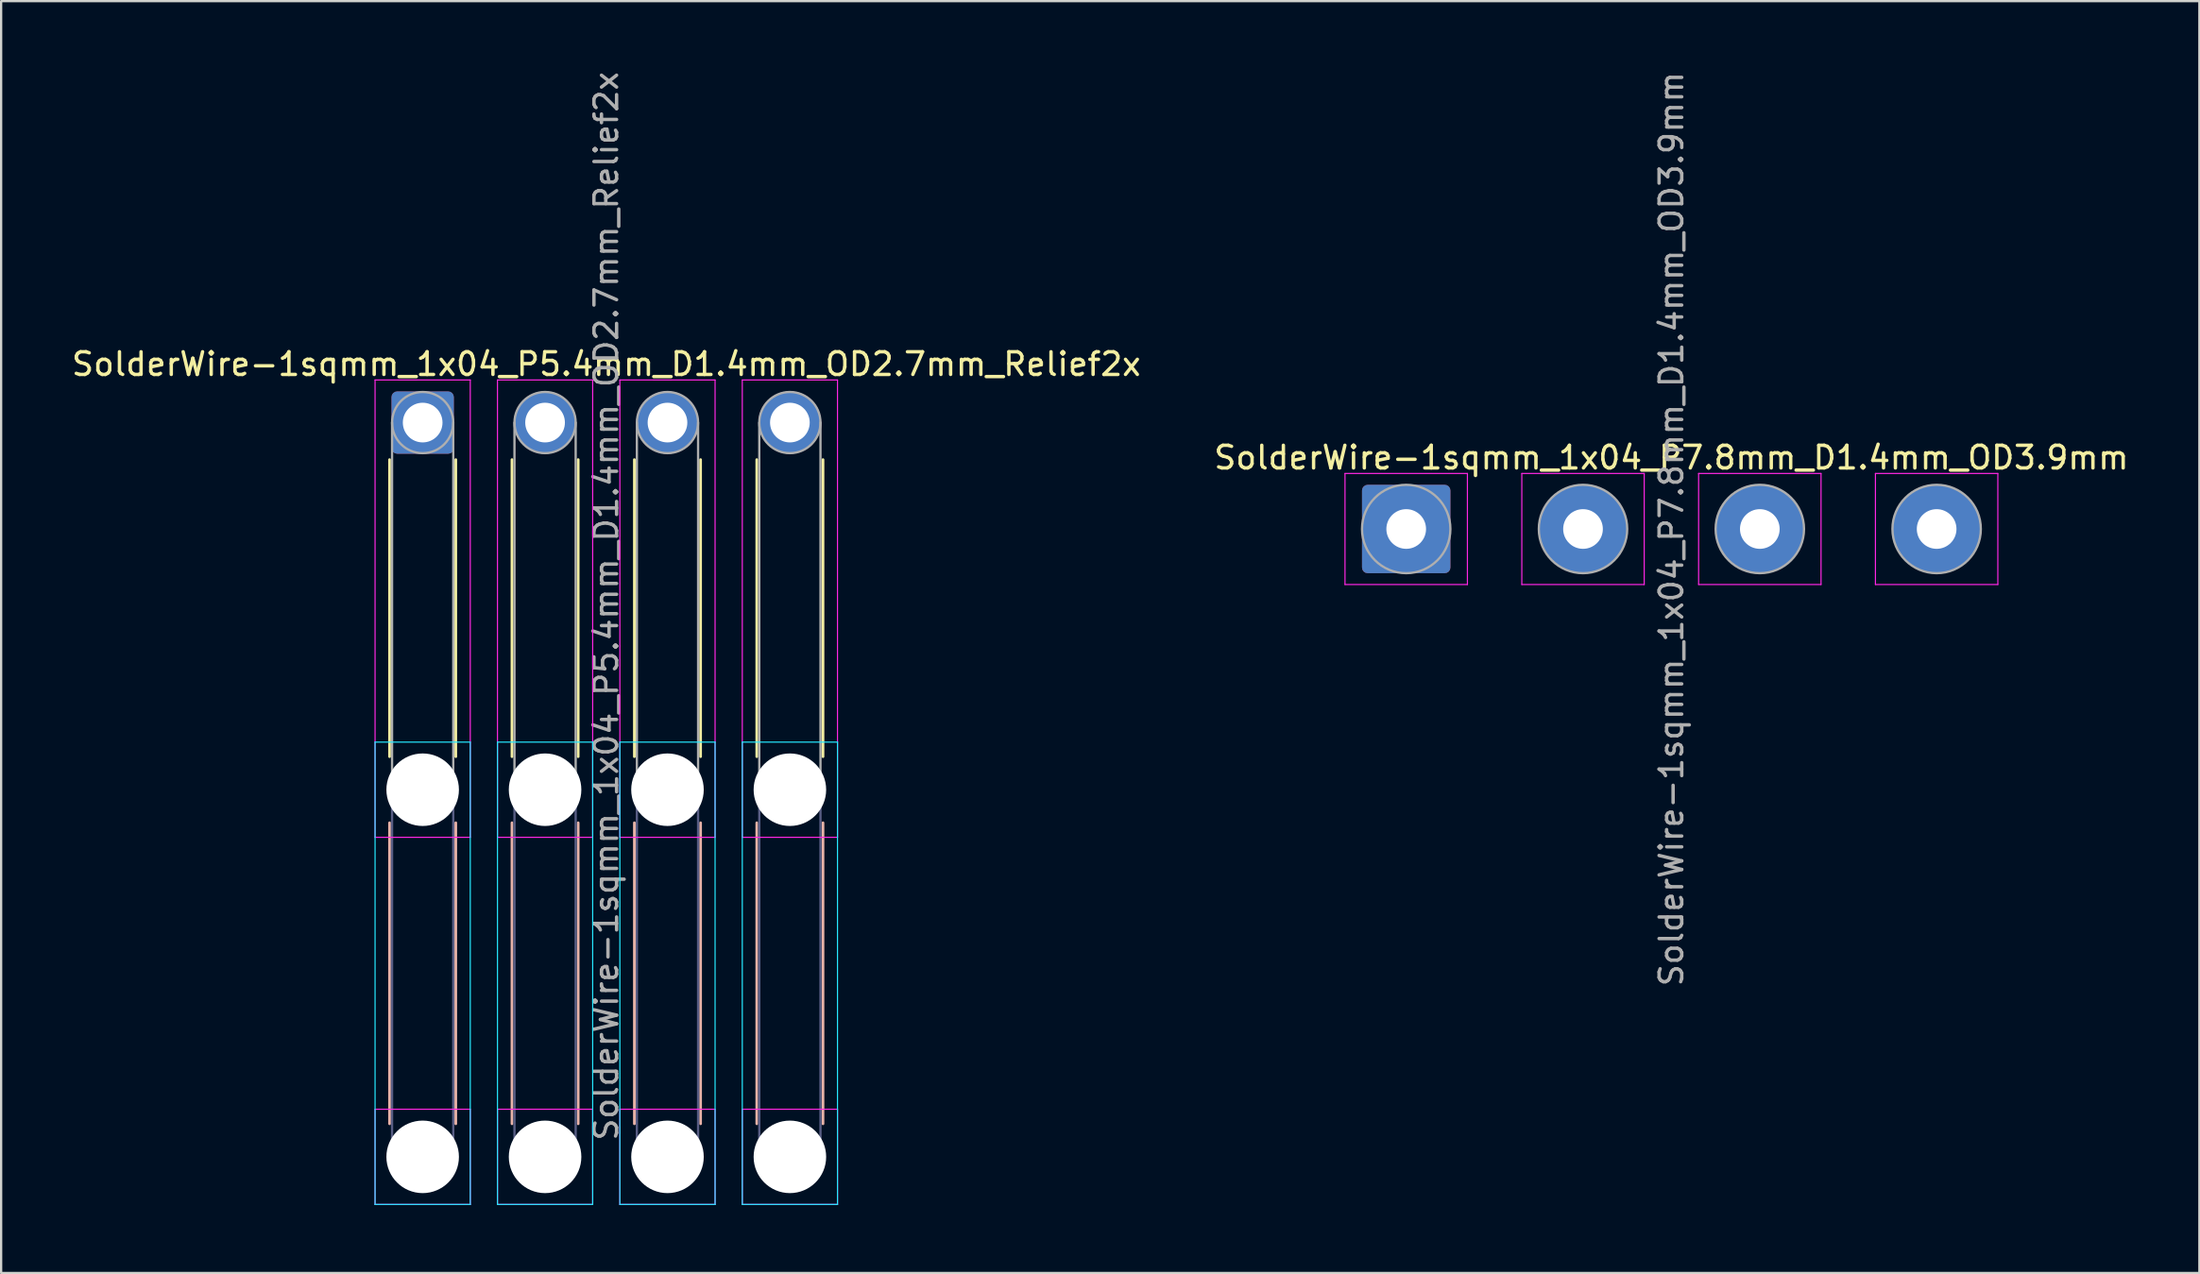
<source format=kicad_pcb>
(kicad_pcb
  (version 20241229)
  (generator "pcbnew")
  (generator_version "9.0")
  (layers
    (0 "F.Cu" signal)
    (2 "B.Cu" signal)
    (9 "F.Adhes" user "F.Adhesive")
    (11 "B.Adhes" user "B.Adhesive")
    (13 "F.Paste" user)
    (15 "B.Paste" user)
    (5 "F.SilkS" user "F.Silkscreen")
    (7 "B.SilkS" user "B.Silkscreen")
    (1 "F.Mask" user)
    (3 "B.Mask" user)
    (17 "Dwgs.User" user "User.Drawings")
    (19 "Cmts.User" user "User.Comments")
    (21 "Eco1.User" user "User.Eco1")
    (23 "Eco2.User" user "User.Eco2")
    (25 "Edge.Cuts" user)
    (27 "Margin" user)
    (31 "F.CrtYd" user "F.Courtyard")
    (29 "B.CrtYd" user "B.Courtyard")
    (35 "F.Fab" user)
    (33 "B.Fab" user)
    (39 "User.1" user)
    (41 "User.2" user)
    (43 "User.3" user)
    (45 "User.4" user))
  (footprint "SolderWire-1sqmm_1x04_P5.4mm_D1.4mm_OD2.7mm_Relief2x"
    (layer "F.Cu")
    (at 15.596 15.596)
    (property "Reference" "SolderWire-1sqmm_1x04_P5.4mm_D1.4mm_OD2.7mm_Relief2x" (at 8.1 -2.58 0) (layer "F.SilkS") (effects (font (size 1 1) (thickness 0.15))))
    (attr exclude_from_pos_files exclude_from_bom)
    (fp_line (start -1.46 1.635) (end -1.46 14.74) (stroke (width 0.12) (type solid)) (layer "F.SilkS"))
    (fp_line (start 1.46 1.635) (end 1.46 14.74) (stroke (width 0.12) (type solid)) (layer "F.SilkS"))
    (fp_line (start 3.94 1.635) (end 3.94 14.74) (stroke (width 0.12) (type solid)) (layer "F.SilkS"))
    (fp_line (start 6.86 1.635) (end 6.86 14.74) (stroke (width 0.12) (type solid)) (layer "F.SilkS"))
    (fp_line (start 9.34 1.635) (end 9.34 14.74) (stroke (width 0.12) (type solid)) (layer "F.SilkS"))
    (fp_line (start 12.26 1.635) (end 12.26 14.74) (stroke (width 0.12) (type solid)) (layer "F.SilkS"))
    (fp_line (start 14.74 1.635) (end 14.74 14.74) (stroke (width 0.12) (type solid)) (layer "F.SilkS"))
    (fp_line (start 17.66 1.635) (end 17.66 14.74) (stroke (width 0.12) (type solid)) (layer "F.SilkS"))
    (fp_line (start -1.46 17.66) (end -1.46 30.94) (stroke (width 0.12) (type solid)) (layer "B.SilkS"))
    (fp_line (start 1.46 17.66) (end 1.46 30.94) (stroke (width 0.12) (type solid)) (layer "B.SilkS"))
    (fp_line (start 3.94 17.66) (end 3.94 30.94) (stroke (width 0.12) (type solid)) (layer "B.SilkS"))
    (fp_line (start 6.86 17.66) (end 6.86 30.94) (stroke (width 0.12) (type solid)) (layer "B.SilkS"))
    (fp_line (start 9.34 17.66) (end 9.34 30.94) (stroke (width 0.12) (type solid)) (layer "B.SilkS"))
    (fp_line (start 12.26 17.66) (end 12.26 30.94) (stroke (width 0.12) (type solid)) (layer "B.SilkS"))
    (fp_line (start 14.74 17.66) (end 14.74 30.94) (stroke (width 0.12) (type solid)) (layer "B.SilkS"))
    (fp_line (start 17.66 17.66) (end 17.66 30.94) (stroke (width 0.12) (type solid)) (layer "B.SilkS"))
    (fp_line (start -2.1 14.1) (end -2.1 34.5) (stroke (width 0.05) (type solid)) (layer "B.CrtYd"))
    (fp_line (start -2.1 34.5) (end 2.1 34.5) (stroke (width 0.05) (type solid)) (layer "B.CrtYd"))
    (fp_line (start 2.1 14.1) (end -2.1 14.1) (stroke (width 0.05) (type solid)) (layer "B.CrtYd"))
    (fp_line (start 2.1 34.5) (end 2.1 14.1) (stroke (width 0.05) (type solid)) (layer "B.CrtYd"))
    (fp_line (start 3.3 14.1) (end 3.3 34.5) (stroke (width 0.05) (type solid)) (layer "B.CrtYd"))
    (fp_line (start 3.3 34.5) (end 7.5 34.5) (stroke (width 0.05) (type solid)) (layer "B.CrtYd"))
    (fp_line (start 7.5 14.1) (end 3.3 14.1) (stroke (width 0.05) (type solid)) (layer "B.CrtYd"))
    (fp_line (start 7.5 34.5) (end 7.5 14.1) (stroke (width 0.05) (type solid)) (layer "B.CrtYd"))
    (fp_line (start 8.7 14.1) (end 8.7 34.5) (stroke (width 0.05) (type solid)) (layer "B.CrtYd"))
    (fp_line (start 8.7 34.5) (end 12.9 34.5) (stroke (width 0.05) (type solid)) (layer "B.CrtYd"))
    (fp_line (start 12.9 14.1) (end 8.7 14.1) (stroke (width 0.05) (type solid)) (layer "B.CrtYd"))
    (fp_line (start 12.9 34.5) (end 12.9 14.1) (stroke (width 0.05) (type solid)) (layer "B.CrtYd"))
    (fp_line (start 14.1 14.1) (end 14.1 34.5) (stroke (width 0.05) (type solid)) (layer "B.CrtYd"))
    (fp_line (start 14.1 34.5) (end 18.3 34.5) (stroke (width 0.05) (type solid)) (layer "B.CrtYd"))
    (fp_line (start 18.3 14.1) (end 14.1 14.1) (stroke (width 0.05) (type solid)) (layer "B.CrtYd"))
    (fp_line (start 18.3 34.5) (end 18.3 14.1) (stroke (width 0.05) (type solid)) (layer "B.CrtYd"))
    (fp_line (start -2.1 -1.88) (end -2.1 18.3) (stroke (width 0.05) (type solid)) (layer "F.CrtYd"))
    (fp_line (start -2.1 18.3) (end 2.1 18.3) (stroke (width 0.05) (type solid)) (layer "F.CrtYd"))
    (fp_line (start -2.1 30.3) (end -2.1 34.5) (stroke (width 0.05) (type solid)) (layer "F.CrtYd"))
    (fp_line (start -2.1 34.5) (end 2.1 34.5) (stroke (width 0.05) (type solid)) (layer "F.CrtYd"))
    (fp_line (start 2.1 -1.88) (end -2.1 -1.88) (stroke (width 0.05) (type solid)) (layer "F.CrtYd"))
    (fp_line (start 2.1 18.3) (end 2.1 -1.88) (stroke (width 0.05) (type solid)) (layer "F.CrtYd"))
    (fp_line (start 2.1 30.3) (end -2.1 30.3) (stroke (width 0.05) (type solid)) (layer "F.CrtYd"))
    (fp_line (start 2.1 34.5) (end 2.1 30.3) (stroke (width 0.05) (type solid)) (layer "F.CrtYd"))
    (fp_line (start 3.3 -1.88) (end 3.3 18.3) (stroke (width 0.05) (type solid)) (layer "F.CrtYd"))
    (fp_line (start 3.3 18.3) (end 7.5 18.3) (stroke (width 0.05) (type solid)) (layer "F.CrtYd"))
    (fp_line (start 3.3 30.3) (end 3.3 34.5) (stroke (width 0.05) (type solid)) (layer "F.CrtYd"))
    (fp_line (start 3.3 34.5) (end 7.5 34.5) (stroke (width 0.05) (type solid)) (layer "F.CrtYd"))
    (fp_line (start 7.5 -1.88) (end 3.3 -1.88) (stroke (width 0.05) (type solid)) (layer "F.CrtYd"))
    (fp_line (start 7.5 18.3) (end 7.5 -1.88) (stroke (width 0.05) (type solid)) (layer "F.CrtYd"))
    (fp_line (start 7.5 30.3) (end 3.3 30.3) (stroke (width 0.05) (type solid)) (layer "F.CrtYd"))
    (fp_line (start 7.5 34.5) (end 7.5 30.3) (stroke (width 0.05) (type solid)) (layer "F.CrtYd"))
    (fp_line (start 8.7 -1.88) (end 8.7 18.3) (stroke (width 0.05) (type solid)) (layer "F.CrtYd"))
    (fp_line (start 8.7 18.3) (end 12.9 18.3) (stroke (width 0.05) (type solid)) (layer "F.CrtYd"))
    (fp_line (start 8.7 30.3) (end 8.7 34.5) (stroke (width 0.05) (type solid)) (layer "F.CrtYd"))
    (fp_line (start 8.7 34.5) (end 12.9 34.5) (stroke (width 0.05) (type solid)) (layer "F.CrtYd"))
    (fp_line (start 12.9 -1.88) (end 8.7 -1.88) (stroke (width 0.05) (type solid)) (layer "F.CrtYd"))
    (fp_line (start 12.9 18.3) (end 12.9 -1.88) (stroke (width 0.05) (type solid)) (layer "F.CrtYd"))
    (fp_line (start 12.9 30.3) (end 8.7 30.3) (stroke (width 0.05) (type solid)) (layer "F.CrtYd"))
    (fp_line (start 12.9 34.5) (end 12.9 30.3) (stroke (width 0.05) (type solid)) (layer "F.CrtYd"))
    (fp_line (start 14.1 -1.88) (end 14.1 18.3) (stroke (width 0.05) (type solid)) (layer "F.CrtYd"))
    (fp_line (start 14.1 18.3) (end 18.3 18.3) (stroke (width 0.05) (type solid)) (layer "F.CrtYd"))
    (fp_line (start 14.1 30.3) (end 14.1 34.5) (stroke (width 0.05) (type solid)) (layer "F.CrtYd"))
    (fp_line (start 14.1 34.5) (end 18.3 34.5) (stroke (width 0.05) (type solid)) (layer "F.CrtYd"))
    (fp_line (start 18.3 -1.88) (end 14.1 -1.88) (stroke (width 0.05) (type solid)) (layer "F.CrtYd"))
    (fp_line (start 18.3 18.3) (end 18.3 -1.88) (stroke (width 0.05) (type solid)) (layer "F.CrtYd"))
    (fp_line (start 18.3 30.3) (end 14.1 30.3) (stroke (width 0.05) (type solid)) (layer "F.CrtYd"))
    (fp_line (start 18.3 34.5) (end 18.3 30.3) (stroke (width 0.05) (type solid)) (layer "F.CrtYd"))
    (fp_line (start -1.35 16.2) (end -1.35 32.4) (stroke (width 0.1) (type solid)) (layer "B.Fab"))
    (fp_line (start 1.35 16.2) (end 1.35 32.4) (stroke (width 0.1) (type solid)) (layer "B.Fab"))
    (fp_line (start 4.05 16.2) (end 4.05 32.4) (stroke (width 0.1) (type solid)) (layer "B.Fab"))
    (fp_line (start 6.75 16.2) (end 6.75 32.4) (stroke (width 0.1) (type solid)) (layer "B.Fab"))
    (fp_line (start 9.45 16.2) (end 9.45 32.4) (stroke (width 0.1) (type solid)) (layer "B.Fab"))
    (fp_line (start 12.15 16.2) (end 12.15 32.4) (stroke (width 0.1) (type solid)) (layer "B.Fab"))
    (fp_line (start 14.85 16.2) (end 14.85 32.4) (stroke (width 0.1) (type solid)) (layer "B.Fab"))
    (fp_line (start 17.55 16.2) (end 17.55 32.4) (stroke (width 0.1) (type solid)) (layer "B.Fab"))
    (fp_circle (center 0 16.2) (end 1.35 16.2) (stroke (width 0.1) (type solid)) (fill no) (layer "B.Fab"))
    (fp_circle (center 0 32.4) (end 1.35 32.4) (stroke (width 0.1) (type solid)) (fill no) (layer "B.Fab"))
    (fp_circle (center 5.4 16.2) (end 6.75 16.2) (stroke (width 0.1) (type solid)) (fill no) (layer "B.Fab"))
    (fp_circle (center 5.4 32.4) (end 6.75 32.4) (stroke (width 0.1) (type solid)) (fill no) (layer "B.Fab"))
    (fp_circle (center 10.8 16.2) (end 12.15 16.2) (stroke (width 0.1) (type solid)) (fill no) (layer "B.Fab"))
    (fp_circle (center 10.8 32.4) (end 12.15 32.4) (stroke (width 0.1) (type solid)) (fill no) (layer "B.Fab"))
    (fp_circle (center 16.2 16.2) (end 17.55 16.2) (stroke (width 0.1) (type solid)) (fill no) (layer "B.Fab"))
    (fp_circle (center 16.2 32.4) (end 17.55 32.4) (stroke (width 0.1) (type solid)) (fill no) (layer "B.Fab"))
    (fp_line (start -1.35 0) (end -1.35 16.2) (stroke (width 0.1) (type solid)) (layer "F.Fab"))
    (fp_line (start 1.35 0) (end 1.35 16.2) (stroke (width 0.1) (type solid)) (layer "F.Fab"))
    (fp_line (start 4.05 0) (end 4.05 16.2) (stroke (width 0.1) (type solid)) (layer "F.Fab"))
    (fp_line (start 6.75 0) (end 6.75 16.2) (stroke (width 0.1) (type solid)) (layer "F.Fab"))
    (fp_line (start 9.45 0) (end 9.45 16.2) (stroke (width 0.1) (type solid)) (layer "F.Fab"))
    (fp_line (start 12.15 0) (end 12.15 16.2) (stroke (width 0.1) (type solid)) (layer "F.Fab"))
    (fp_line (start 14.85 0) (end 14.85 16.2) (stroke (width 0.1) (type solid)) (layer "F.Fab"))
    (fp_line (start 17.55 0) (end 17.55 16.2) (stroke (width 0.1) (type solid)) (layer "F.Fab"))
    (fp_circle (center 0 0) (end 1.35 0) (stroke (width 0.1) (type solid)) (fill no) (layer "F.Fab"))
    (fp_circle (center 0 16.2) (end 1.35 16.2) (stroke (width 0.1) (type solid)) (fill no) (layer "F.Fab"))
    (fp_circle (center 0 32.4) (end 1.35 32.4) (stroke (width 0.1) (type solid)) (fill no) (layer "F.Fab"))
    (fp_circle (center 5.4 0) (end 6.75 0) (stroke (width 0.1) (type solid)) (fill no) (layer "F.Fab"))
    (fp_circle (center 5.4 16.2) (end 6.75 16.2) (stroke (width 0.1) (type solid)) (fill no) (layer "F.Fab"))
    (fp_circle (center 5.4 32.4) (end 6.75 32.4) (stroke (width 0.1) (type solid)) (fill no) (layer "F.Fab"))
    (fp_circle (center 10.8 0) (end 12.15 0) (stroke (width 0.1) (type solid)) (fill no) (layer "F.Fab"))
    (fp_circle (center 10.8 16.2) (end 12.15 16.2) (stroke (width 0.1) (type solid)) (fill no) (layer "F.Fab"))
    (fp_circle (center 10.8 32.4) (end 12.15 32.4) (stroke (width 0.1) (type solid)) (fill no) (layer "F.Fab"))
    (fp_circle (center 16.2 0) (end 17.55 0) (stroke (width 0.1) (type solid)) (fill no) (layer "F.Fab"))
    (fp_circle (center 16.2 16.2) (end 17.55 16.2) (stroke (width 0.1) (type solid)) (fill no) (layer "F.Fab"))
    (fp_circle (center 16.2 32.4) (end 17.55 32.4) (stroke (width 0.1) (type solid)) (fill no) (layer "F.Fab"))
    (fp_text user "${REFERENCE}" (at 8.1 8.1 90) (layer "F.Fab") (effects (font (size 1 1) (thickness 0.15))))
    (pad "" np_thru_hole circle (at 0 16.2) (size 3.2 3.2) (drill 3.2) (layers "*.Cu" "*.Mask"))
    (pad "" np_thru_hole circle (at 0 32.4) (size 3.2 3.2) (drill 3.2) (layers "*.Cu" "*.Mask"))
    (pad "" np_thru_hole circle (at 5.4 16.2) (size 3.2 3.2) (drill 3.2) (layers "*.Cu" "*.Mask"))
    (pad "" np_thru_hole circle (at 5.4 32.4) (size 3.2 3.2) (drill 3.2) (layers "*.Cu" "*.Mask"))
    (pad "" np_thru_hole circle (at 10.8 16.2) (size 3.2 3.2) (drill 3.2) (layers "*.Cu" "*.Mask"))
    (pad "" np_thru_hole circle (at 10.8 32.4) (size 3.2 3.2) (drill 3.2) (layers "*.Cu" "*.Mask"))
    (pad "" np_thru_hole circle (at 16.2 16.2) (size 3.2 3.2) (drill 3.2) (layers "*.Cu" "*.Mask"))
    (pad "" np_thru_hole circle (at 16.2 32.4) (size 3.2 3.2) (drill 3.2) (layers "*.Cu" "*.Mask"))
    (pad "1" thru_hole roundrect (at 0 0) (size 2.75 2.75) (drill 1.75) (layers "*.Cu" "*.Mask") (roundrect_rratio 0.091))
    (pad "2" thru_hole circle (at 5.4 0) (size 2.75 2.75) (drill 1.75) (layers "*.Cu" "*.Mask"))
    (pad "3" thru_hole circle (at 10.8 0) (size 2.75 2.75) (drill 1.75) (layers "*.Cu" "*.Mask"))
    (pad "4" thru_hole circle (at 16.2 0) (size 2.75 2.75) (drill 1.75) (layers "*.Cu" "*.Mask")))
  (footprint "SolderWire-1sqmm_1x04_P7.8mm_D1.4mm_OD3.9mm"
    (layer "F.Cu")
    (at 58.985 20.292)
    (property "Reference" "SolderWire-1sqmm_1x04_P7.8mm_D1.4mm_OD3.9mm" (at 11.7 -3.15 0) (layer "F.SilkS") (effects (font (size 1 1) (thickness 0.15))))
    (attr exclude_from_pos_files exclude_from_bom)
    (fp_line (start -2.7 -2.45) (end -2.7 2.45) (stroke (width 0.05) (type solid)) (layer "F.CrtYd"))
    (fp_line (start -2.7 2.45) (end 2.7 2.45) (stroke (width 0.05) (type solid)) (layer "F.CrtYd"))
    (fp_line (start 2.7 -2.45) (end -2.7 -2.45) (stroke (width 0.05) (type solid)) (layer "F.CrtYd"))
    (fp_line (start 2.7 2.45) (end 2.7 -2.45) (stroke (width 0.05) (type solid)) (layer "F.CrtYd"))
    (fp_line (start 5.1 -2.45) (end 5.1 2.45) (stroke (width 0.05) (type solid)) (layer "F.CrtYd"))
    (fp_line (start 5.1 2.45) (end 10.5 2.45) (stroke (width 0.05) (type solid)) (layer "F.CrtYd"))
    (fp_line (start 10.5 -2.45) (end 5.1 -2.45) (stroke (width 0.05) (type solid)) (layer "F.CrtYd"))
    (fp_line (start 10.5 2.45) (end 10.5 -2.45) (stroke (width 0.05) (type solid)) (layer "F.CrtYd"))
    (fp_line (start 12.9 -2.45) (end 12.9 2.45) (stroke (width 0.05) (type solid)) (layer "F.CrtYd"))
    (fp_line (start 12.9 2.45) (end 18.3 2.45) (stroke (width 0.05) (type solid)) (layer "F.CrtYd"))
    (fp_line (start 18.3 -2.45) (end 12.9 -2.45) (stroke (width 0.05) (type solid)) (layer "F.CrtYd"))
    (fp_line (start 18.3 2.45) (end 18.3 -2.45) (stroke (width 0.05) (type solid)) (layer "F.CrtYd"))
    (fp_line (start 20.7 -2.45) (end 20.7 2.45) (stroke (width 0.05) (type solid)) (layer "F.CrtYd"))
    (fp_line (start 20.7 2.45) (end 26.1 2.45) (stroke (width 0.05) (type solid)) (layer "F.CrtYd"))
    (fp_line (start 26.1 -2.45) (end 20.7 -2.45) (stroke (width 0.05) (type solid)) (layer "F.CrtYd"))
    (fp_line (start 26.1 2.45) (end 26.1 -2.45) (stroke (width 0.05) (type solid)) (layer "F.CrtYd"))
    (fp_circle (center 0 0) (end 1.95 0) (stroke (width 0.1) (type solid)) (fill no) (layer "F.Fab"))
    (fp_circle (center 7.8 0) (end 9.75 0) (stroke (width 0.1) (type solid)) (fill no) (layer "F.Fab"))
    (fp_circle (center 15.6 0) (end 17.55 0) (stroke (width 0.1) (type solid)) (fill no) (layer "F.Fab"))
    (fp_circle (center 23.4 0) (end 25.35 0) (stroke (width 0.1) (type solid)) (fill no) (layer "F.Fab"))
    (fp_text user "${REFERENCE}" (at 11.7 0 90) (layer "F.Fab") (effects (font (size 1 1) (thickness 0.15))))
    (pad "1" thru_hole roundrect (at 0 0) (size 3.9 3.9) (drill 1.75) (layers "*.Cu" "*.Mask") (roundrect_rratio 0.064))
    (pad "2" thru_hole circle (at 7.8 0) (size 3.9 3.9) (drill 1.75) (layers "*.Cu" "*.Mask"))
    (pad "3" thru_hole circle (at 15.6 0) (size 3.9 3.9) (drill 1.75) (layers "*.Cu" "*.Mask"))
    (pad "4" thru_hole circle (at 23.4 0) (size 3.9 3.9) (drill 1.75) (layers "*.Cu" "*.Mask")))
  (gr_rect
    (start -3 -3)
    (end 93.976 53.121)
    (stroke (width 0.1) (type default))
    (fill no)
    (layer "Edge.Cuts")))
</source>
